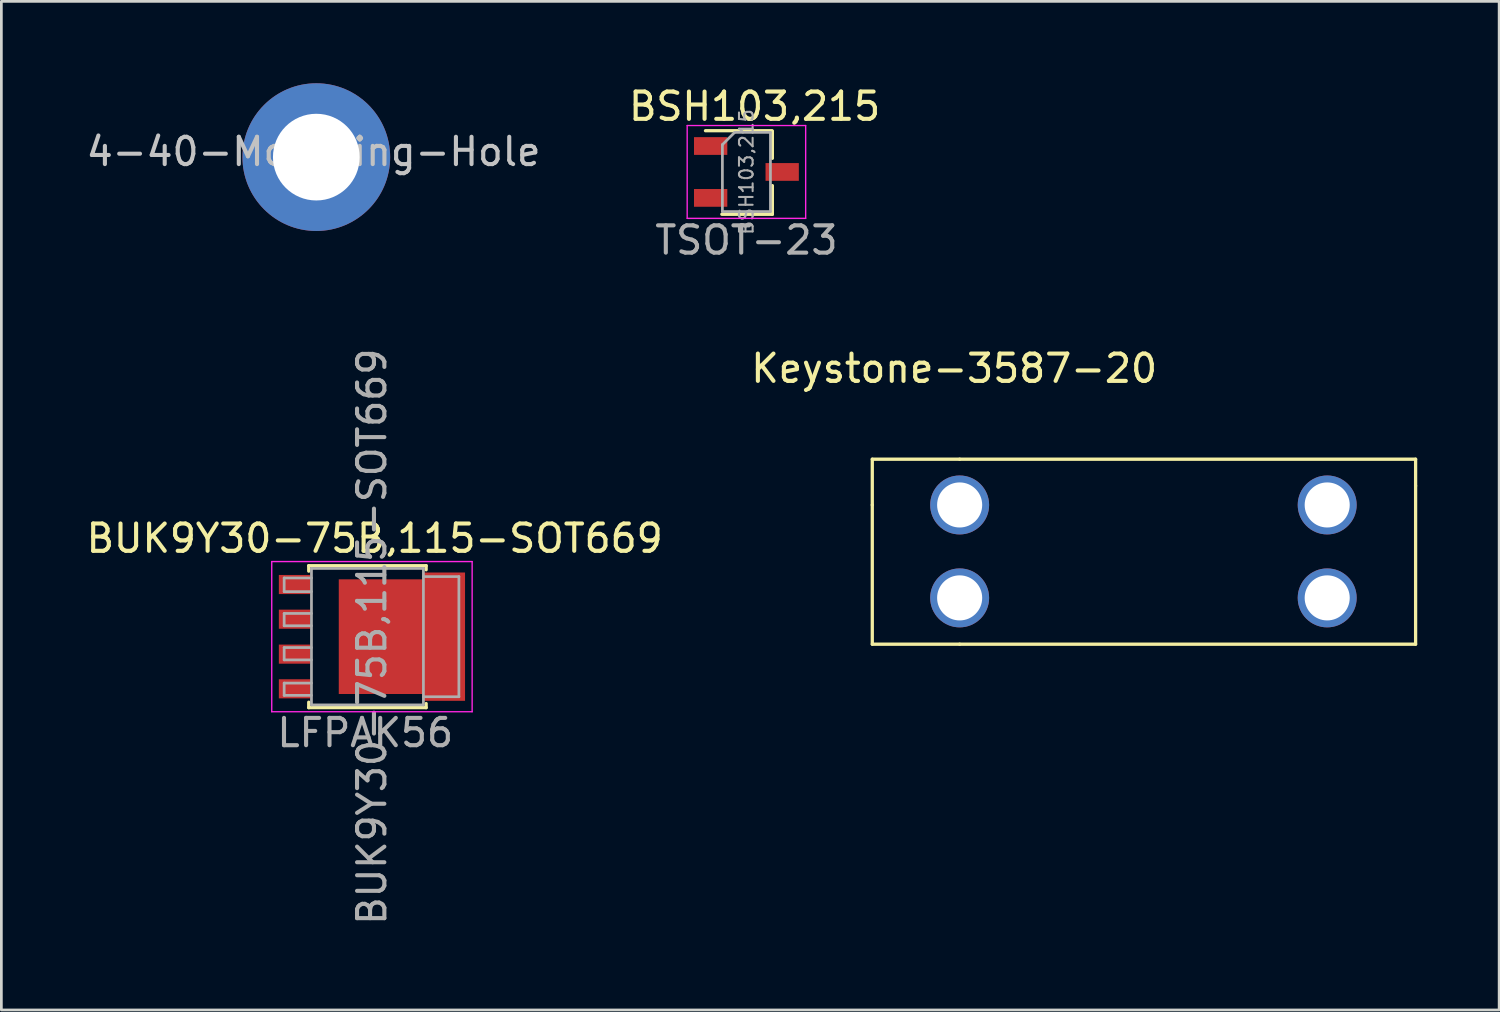
<source format=kicad_pcb>
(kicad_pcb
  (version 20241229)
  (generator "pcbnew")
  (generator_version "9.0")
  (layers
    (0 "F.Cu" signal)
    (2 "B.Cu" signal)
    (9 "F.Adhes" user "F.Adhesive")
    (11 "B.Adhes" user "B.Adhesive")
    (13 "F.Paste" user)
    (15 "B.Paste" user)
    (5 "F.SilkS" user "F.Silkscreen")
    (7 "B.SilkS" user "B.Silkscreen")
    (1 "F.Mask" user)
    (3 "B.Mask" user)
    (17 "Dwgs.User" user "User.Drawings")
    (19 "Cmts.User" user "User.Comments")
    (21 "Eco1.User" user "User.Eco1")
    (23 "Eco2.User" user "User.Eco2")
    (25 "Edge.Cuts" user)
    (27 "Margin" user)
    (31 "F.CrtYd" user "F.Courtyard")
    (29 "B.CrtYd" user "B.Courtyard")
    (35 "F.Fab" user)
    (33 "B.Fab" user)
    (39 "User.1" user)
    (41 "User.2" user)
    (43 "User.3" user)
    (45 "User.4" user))
  (footprint "BSH103,215"
    (layer "F.Cu")
    (at 24.289 3.248)
    (property "Reference" "BSH103,215" (at 0.3 -2.4 0) (layer "F.SilkS") (effects (font (size 1 1) (thickness 0.15))))
    (attr through_hole)
    (fp_line (start 0.93 -1.51) (end -1.5 -1.51) (stroke (width 0.12) (type solid)) (layer "F.SilkS"))
    (fp_line (start 0.95 -1.5) (end 0.95 -0.5) (stroke (width 0.12) (type solid)) (layer "F.SilkS"))
    (fp_line (start 0.95 0.5) (end 0.95 1.55) (stroke (width 0.12) (type solid)) (layer "F.SilkS"))
    (fp_line (start 0.95 1.55) (end -0.9 1.55) (stroke (width 0.12) (type solid)) (layer "F.SilkS"))
    (fp_line (start -2.17 -1.7) (end -2.17 1.7) (stroke (width 0.05) (type solid)) (layer "F.CrtYd"))
    (fp_line (start -2.17 -1.7) (end 2.17 -1.7) (stroke (width 0.05) (type solid)) (layer "F.CrtYd"))
    (fp_line (start 2.17 1.7) (end -2.17 1.7) (stroke (width 0.05) (type solid)) (layer "F.CrtYd"))
    (fp_line (start 2.17 1.7) (end 2.17 -1.7) (stroke (width 0.05) (type solid)) (layer "F.CrtYd"))
    (fp_line (start -0.88 -1) (end -0.88 1.45) (stroke (width 0.1) (type solid)) (layer "F.Fab"))
    (fp_line (start -0.88 -1) (end -0.43 -1.45) (stroke (width 0.1) (type solid)) (layer "F.Fab"))
    (fp_line (start 0.88 -1.45) (end -0.43 -1.45) (stroke (width 0.1) (type solid)) (layer "F.Fab"))
    (fp_line (start 0.88 -1.45) (end 0.88 1.45) (stroke (width 0.1) (type solid)) (layer "F.Fab"))
    (fp_line (start 0.88 1.45) (end -0.88 1.45) (stroke (width 0.1) (type solid)) (layer "F.Fab"))
    (fp_text user "${REFERENCE}" (at 0 0 90) (layer "F.Fab") (effects (font (size 0.5 0.5) (thickness 0.075))))
    (fp_text user "TSOT-23" (at 0 2.5 0) (layer "F.Fab") (effects (font (size 1 1) (thickness 0.15))))
    (pad "1" smd rect (at -1.31 -0.95) (size 1.22 0.65) (layers "F.Cu" "F.Mask" "F.Paste"))
    (pad "2" smd rect (at -1.31 0.95) (size 1.22 0.65) (layers "F.Cu" "F.Mask" "F.Paste"))
    (pad "3" smd rect (at 1.31 0) (size 1.22 0.65) (layers "F.Cu" "F.Mask" "F.Paste")))
  (footprint "Keystone-3587-20"
    (layer "F.Cu")
    (at 32.099 15.445)
    (property "Reference" "Keystone-3587-20" (at -0.2 -5 0) (layer "F.SilkS") (effects (font (size 1 1) (thickness 0.15))))
    (attr through_hole)
    (fp_line (start -3.2 -1.676) (end -3.2 0) (stroke (width 0.12) (type solid)) (layer "F.SilkS"))
    (fp_line (start -3.2 0) (end -3.2 5.1) (stroke (width 0.12) (type solid)) (layer "F.SilkS"))
    (fp_line (start -3.2 5.1) (end 0 5.1) (stroke (width 0.12) (type solid)) (layer "F.SilkS"))
    (fp_line (start 0 -1.676) (end -3.2 -1.676) (stroke (width 0.12) (type solid)) (layer "F.SilkS"))
    (fp_line (start 0 -1.676) (end 16.7 -1.676) (stroke (width 0.12) (type solid)) (layer "F.SilkS"))
    (fp_line (start 0 5.1) (end 16.7 5.1) (stroke (width 0.12) (type solid)) (layer "F.SilkS"))
    (fp_line (start 16.7 -1.676) (end 16.7 -0.7) (stroke (width 0.12) (type solid)) (layer "F.SilkS"))
    (fp_line (start 16.7 5.1) (end 16.7 -0.7) (stroke (width 0.12) (type solid)) (layer "F.SilkS"))
    (pad "1" thru_hole circle (at 0 0) (size 2.159 2.159) (drill 1.651) (layers "*.Cu" "*.Mask"))
    (pad "1" thru_hole circle (at 0 3.404) (size 2.159 2.159) (drill 1.651) (layers "*.Cu" "*.Mask"))
    (pad "2" thru_hole circle (at 13.462 0) (size 2.159 2.159) (drill 1.651) (layers "*.Cu" "*.Mask"))
    (pad "2" thru_hole circle (at 13.462 3.404) (size 2.159 2.159) (drill 1.651) (layers "*.Cu" "*.Mask")))
  (footprint "4-40-Mounting-Hole"
    (layer "F.Cu")
    (at 8.535 2.705)
    (property "Reference" "4-40-Mounting-Hole" (at -0.1 -0.2 0) (layer "Dwgs.User") (effects (font (size 1 1) (thickness 0.15))))
    (attr through_hole)
    (pad "1" thru_hole circle (at 0 0) (size 5.41 5.41) (drill 3.175) (layers "*.Cu" "*.Mask")))
  (footprint "BUK9Y30-75B,115-SOT669"
    (layer "F.Cu")
    (at 10.673 20.269)
    (property "Reference" "BUK9Y30-75B,115-SOT669" (at 0 -3.6 0) (layer "F.SilkS") (effects (font (size 1 1) (thickness 0.15))))
    (attr through_hole)
    (fp_line (start -2.415 -2.6) (end -2.415 -2.4) (stroke (width 0.12) (type solid)) (layer "F.SilkS"))
    (fp_line (start -2.415 2.4) (end -2.415 2.6) (stroke (width 0.12) (type solid)) (layer "F.SilkS"))
    (fp_line (start -2.415 2.6) (end 1.885 2.6) (stroke (width 0.12) (type solid)) (layer "F.SilkS"))
    (fp_line (start 1.885 -2.6) (end -2.415 -2.6) (stroke (width 0.12) (type solid)) (layer "F.SilkS"))
    (fp_line (start 1.885 -2.45) (end 1.885 -2.6) (stroke (width 0.12) (type solid)) (layer "F.SilkS"))
    (fp_line (start 1.885 2.6) (end 1.885 2.45) (stroke (width 0.12) (type solid)) (layer "F.SilkS"))
    (fp_line (start -3.77 2.75) (end -3.77 -2.75) (stroke (width 0.05) (type solid)) (layer "F.CrtYd"))
    (fp_line (start -3.77 2.75) (end 3.57 2.75) (stroke (width 0.05) (type solid)) (layer "F.CrtYd"))
    (fp_line (start 3.57 -2.75) (end -3.77 -2.75) (stroke (width 0.05) (type solid)) (layer "F.CrtYd"))
    (fp_line (start 3.57 -2.75) (end 3.57 2.75) (stroke (width 0.05) (type solid)) (layer "F.CrtYd"))
    (fp_line (start -3.315 -2.15) (end -3.315 -1.65) (stroke (width 0.1) (type solid)) (layer "F.Fab"))
    (fp_line (start -3.315 -2.15) (end -2.315 -2.15) (stroke (width 0.1) (type solid)) (layer "F.Fab"))
    (fp_line (start -3.315 -1.65) (end -2.315 -1.65) (stroke (width 0.1) (type solid)) (layer "F.Fab"))
    (fp_line (start -3.315 -0.85) (end -3.315 -0.4) (stroke (width 0.1) (type solid)) (layer "F.Fab"))
    (fp_line (start -3.315 -0.4) (end -2.315 -0.4) (stroke (width 0.1) (type solid)) (layer "F.Fab"))
    (fp_line (start -3.315 0.4) (end -3.315 0.85) (stroke (width 0.1) (type solid)) (layer "F.Fab"))
    (fp_line (start -3.315 0.85) (end -2.315 0.85) (stroke (width 0.1) (type solid)) (layer "F.Fab"))
    (fp_line (start -3.315 1.7) (end -3.315 2.15) (stroke (width 0.1) (type solid)) (layer "F.Fab"))
    (fp_line (start -3.315 2.15) (end -2.315 2.15) (stroke (width 0.1) (type solid)) (layer "F.Fab"))
    (fp_line (start -2.315 -2.5) (end -2.315 2.5) (stroke (width 0.1) (type solid)) (layer "F.Fab"))
    (fp_line (start -2.315 -0.85) (end -3.315 -0.85) (stroke (width 0.1) (type solid)) (layer "F.Fab"))
    (fp_line (start -2.315 0.4) (end -3.315 0.4) (stroke (width 0.1) (type solid)) (layer "F.Fab"))
    (fp_line (start -2.315 1.7) (end -3.315 1.7) (stroke (width 0.1) (type solid)) (layer "F.Fab"))
    (fp_line (start -2.315 2.5) (end 1.785 2.5) (stroke (width 0.1) (type solid)) (layer "F.Fab"))
    (fp_line (start 1.785 -2.5) (end -2.315 -2.5) (stroke (width 0.1) (type solid)) (layer "F.Fab"))
    (fp_line (start 1.785 2.5) (end 1.785 -2.5) (stroke (width 0.1) (type solid)) (layer "F.Fab"))
    (fp_line (start 3.085 -2.2) (end 1.785 -2.2) (stroke (width 0.1) (type solid)) (layer "F.Fab"))
    (fp_line (start 3.085 -2.2) (end 3.085 2.2) (stroke (width 0.1) (type solid)) (layer "F.Fab"))
    (fp_line (start 3.085 2.2) (end 1.785 2.2) (stroke (width 0.1) (type solid)) (layer "F.Fab"))
    (fp_text user "LFPAK56" (at -0.345 3.52 0) (layer "F.Fab") (effects (font (size 1 1) (thickness 0.15))))
    (fp_text user "${REFERENCE}" (at -0.1 0 90) (layer "F.Fab") (effects (font (size 1 1) (thickness 0.15))))
    (pad "" smd rect (at -0.765 -1.15) (size 0.6 0.9) (layers "F.Paste"))
    (pad "" smd rect (at -0.765 0) (size 0.6 0.9) (layers "F.Paste"))
    (pad "" smd rect (at -0.765 1.15) (size 0.6 0.9) (layers "F.Paste"))
    (pad "" smd rect (at 0.085 -1.15) (size 0.6 0.9) (layers "F.Paste"))
    (pad "" smd rect (at 0.085 0) (size 0.6 0.9) (layers "F.Paste"))
    (pad "" smd rect (at 0.085 1.15) (size 0.6 0.9) (layers "F.Paste"))
    (pad "" smd rect (at 0.935 -1.15) (size 0.6 0.9) (layers "F.Paste"))
    (pad "" smd rect (at 0.935 0) (size 0.6 0.9) (layers "F.Paste"))
    (pad "" smd rect (at 0.935 1.15) (size 0.6 0.9) (layers "F.Paste"))
    (pad "" smd rect (at 2.785 -1.88 270) (size 0.6 0.9) (layers "F.Paste"))
    (pad "" smd rect (at 2.785 -0.6 270) (size 0.6 0.9) (layers "F.Paste"))
    (pad "" smd rect (at 2.785 0.6 270) (size 0.6 0.9) (layers "F.Paste"))
    (pad "" smd rect (at 2.785 1.88 270) (size 0.6 0.9) (layers "F.Paste"))
    (pad "1" smd rect (at -2.935 1.91 270) (size 0.7 1.15) (layers "F.Cu" "F.Mask" "F.Paste"))
    (pad "2" smd rect (at -2.935 -1.91 270) (size 0.7 1.15) (layers "F.Cu" "F.Mask" "F.Paste"))
    (pad "2" smd rect (at -2.935 -0.64 270) (size 0.7 1.15) (layers "F.Cu" "F.Mask" "F.Paste"))
    (pad "2" smd rect (at -2.935 0.64 270) (size 0.7 1.15) (layers "F.Cu" "F.Mask" "F.Paste"))
    (pad "3" smd custom (at 0.335 0) (size 3.3 4.2) (layers "F.Cu" "F.Mask") (options (anchor rect)) (primitives (gr_poly (pts (xy 1.425 -2.35) (xy 2.975 -2.35) (xy 2.975 2.35) (xy 1.425 2.35)) (width 0) (fill yes)))))
  (gr_rect
    (start -3 -3)
    (end 51.859 33.942)
    (stroke (width 0.1) (type default))
    (fill no)
    (layer "Edge.Cuts")))
</source>
